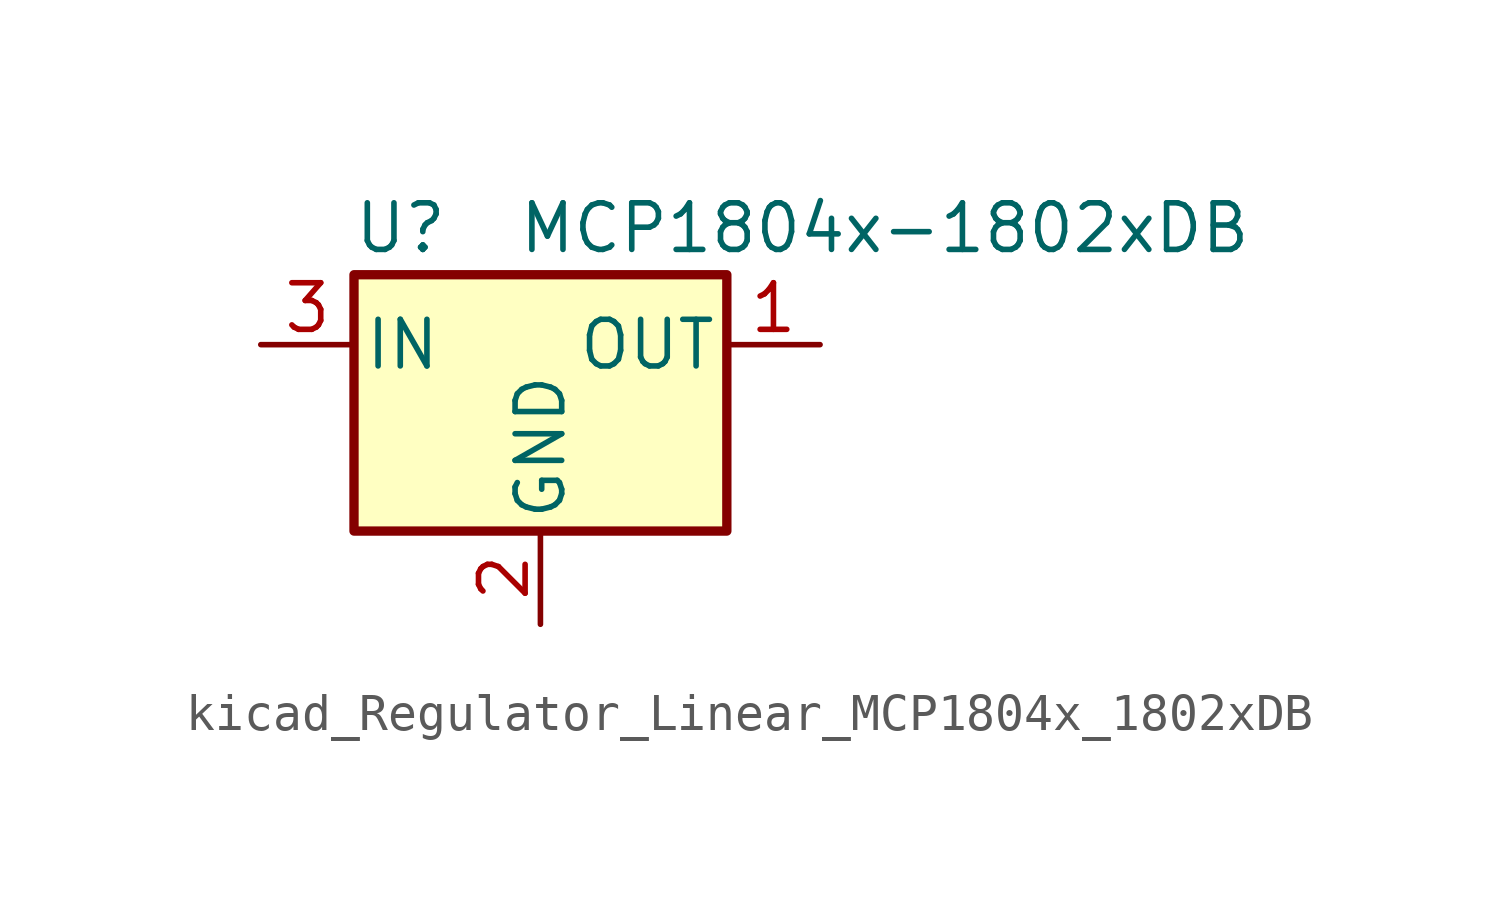
<source format=kicad_sym>
(kicad_symbol_lib
  (version 20220914)
  (generator kicad_symbol_editor)
  (symbol "kicad_Regulator_Linear_MCP1804x_1802xDB"
    (pin_names
      (offset 0.254))
    (property "Reference" "U"
      (at -3.81 3.175 0)
      (effects (font (size 1.27 1.27))))
    (property "Value" "MCP1804x-1802xDB"
      (at -0.635 3.175 0)
      (effects (font (size 1.27 1.27)) (justify left)))
    (symbol "kicad_Regulator_Linear_MCP1804x_1802xDB_0_1"
      (rectangle (start -5.08 1.905) (end 5.08 -5.08) (stroke (width 0.254) (type default)) (fill (type background))))
    (symbol "kicad_Regulator_Linear_MCP1804x_1802xDB_1_1"
      (pin power_out line (at 7.62 0 180) (length 2.54) (name "OUT" (effects (font (size 1.27 1.27)))) (number "1" (effects (font (size 1.27 1.27)))))
      (pin power_in line (at 0 -7.62 90) (length 2.54) (name "GND" (effects (font (size 1.27 1.27)))) (number "2" (effects (font (size 1.27 1.27)))))
      (pin power_in line (at -7.62 0 0) (length 2.54) (name "IN" (effects (font (size 1.27 1.27)))) (number "3" (effects (font (size 1.27 1.27))))))))
</source>
